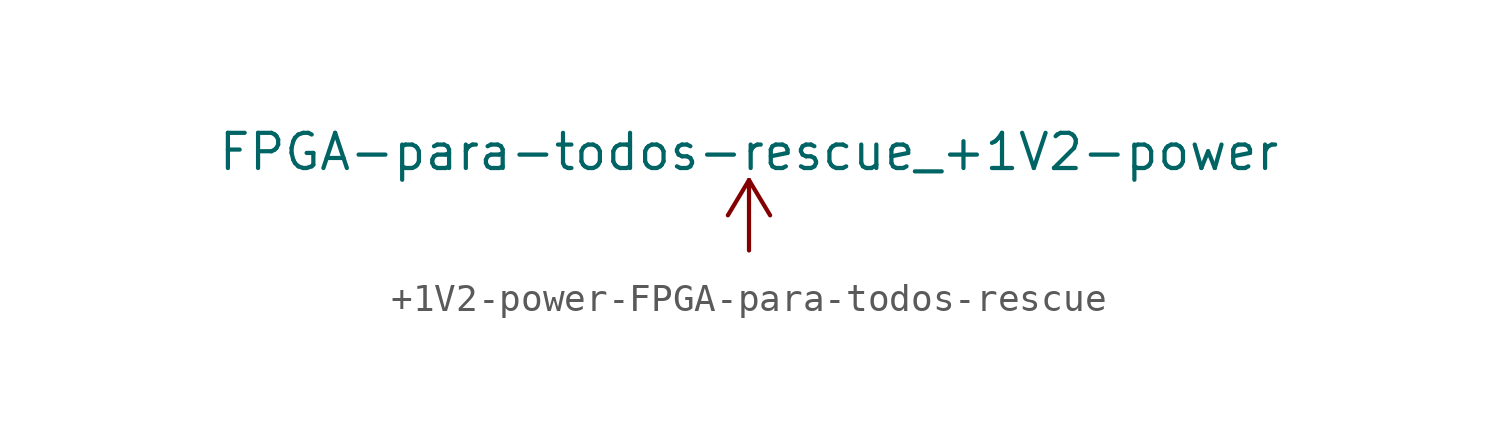
<source format=kicad_sym>
(kicad_symbol_lib
  (version 20231120)
  (generator "kicad_symbol_editor")
  (generator_version "8.0")
  (symbol "+1V2-power-FPGA-para-todos-rescue"
    (power)
    (pin_names
      (offset 0))
    (property "Reference" "#PWR"
      (at 0 -3.81 0)
      (effects (font (size 1.27 1.27)) (hide yes)))
    (property "Value" "FPGA-para-todos-rescue_+1V2-power"
      (at 0 3.556 0)
      (effects (font (size 1.27 1.27))))
    (symbol "+1V2-power-FPGA-para-todos-rescue_0_1"
      (polyline (pts (xy -0.762 1.27) (xy 0 2.54)) (stroke (width 0) (type solid)) (fill (type none)))
      (polyline (pts (xy 0 0) (xy 0 2.54)) (stroke (width 0) (type solid)) (fill (type none)))
      (polyline (pts (xy 0 2.54) (xy 0.762 1.27)) (stroke (width 0) (type solid)) (fill (type none))))
    (symbol "+1V2-power-FPGA-para-todos-rescue_1_1"
      (pin power_in line (at 0 0 90) (length 0) hide (name "+1V2" (effects (font (size 1.27 1.27)))) (number "1" (effects (font (size 1.27 1.27))))))))
</source>
